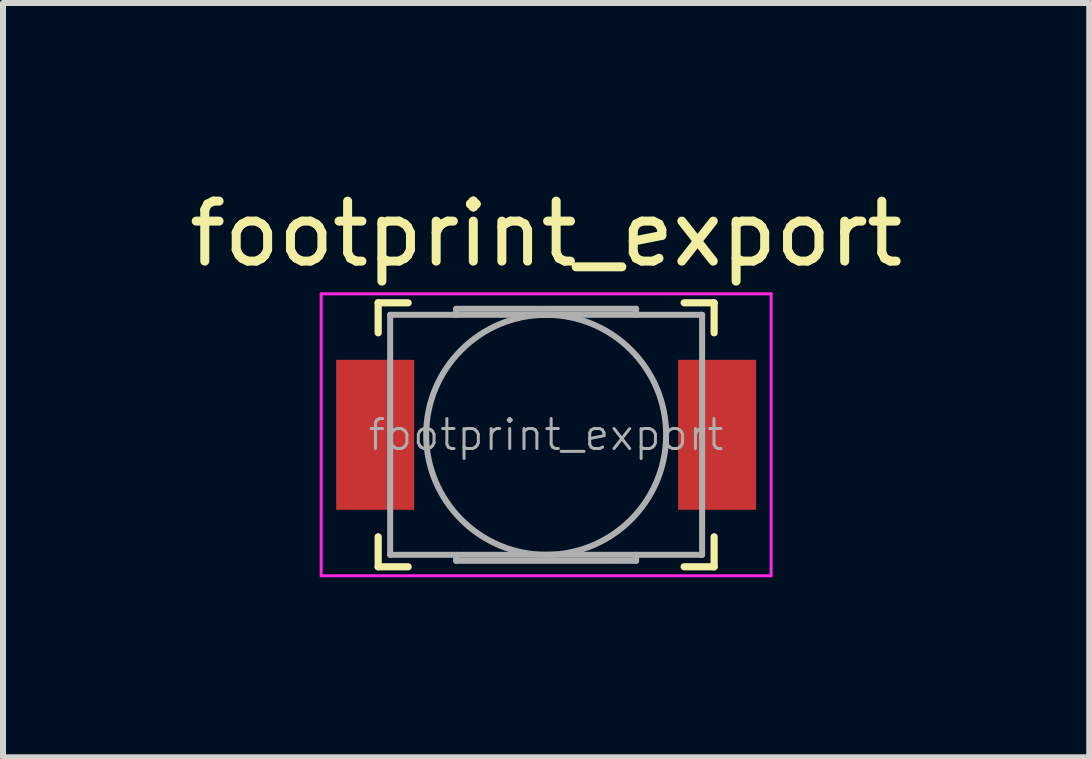
<source format=kicad_pcb>
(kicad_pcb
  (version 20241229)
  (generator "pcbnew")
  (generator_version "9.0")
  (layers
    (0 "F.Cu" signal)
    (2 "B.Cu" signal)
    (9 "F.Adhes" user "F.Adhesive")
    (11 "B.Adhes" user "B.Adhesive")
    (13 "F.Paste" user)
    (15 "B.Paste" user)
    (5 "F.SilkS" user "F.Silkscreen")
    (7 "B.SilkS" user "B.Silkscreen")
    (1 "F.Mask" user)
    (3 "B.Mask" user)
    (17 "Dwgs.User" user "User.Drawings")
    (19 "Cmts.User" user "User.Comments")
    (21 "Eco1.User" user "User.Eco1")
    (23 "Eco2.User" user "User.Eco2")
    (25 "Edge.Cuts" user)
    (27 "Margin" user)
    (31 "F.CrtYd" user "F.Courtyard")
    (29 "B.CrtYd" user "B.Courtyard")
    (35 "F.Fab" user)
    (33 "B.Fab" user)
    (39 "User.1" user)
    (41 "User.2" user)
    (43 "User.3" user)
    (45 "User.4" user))
  (footprint "footprint_export"
    (layer "F.Cu")
    (at 6.054 4.198)
    (property "Reference" "footprint_export" (at 0 -3.35 0) (layer "F.SilkS") (effects (font (size 1 1) (thickness 0.15))))
    (attr smd)
    (fp_line (start -2.8 -2.2) (end -2.8 -1.7) (stroke (width 0.12) (type solid)) (layer "F.SilkS"))
    (fp_line (start -2.8 -2.2) (end -2.3 -2.2) (stroke (width 0.12) (type solid)) (layer "F.SilkS"))
    (fp_line (start -2.8 2.2) (end -2.8 1.7) (stroke (width 0.12) (type solid)) (layer "F.SilkS"))
    (fp_line (start -2.8 2.2) (end -2.3 2.2) (stroke (width 0.12) (type solid)) (layer "F.SilkS"))
    (fp_line (start 2.8 -2.2) (end 2.3 -2.2) (stroke (width 0.12) (type solid)) (layer "F.SilkS"))
    (fp_line (start 2.8 -2.2) (end 2.8 -1.7) (stroke (width 0.12) (type solid)) (layer "F.SilkS"))
    (fp_line (start 2.8 2.2) (end 2.3 2.2) (stroke (width 0.12) (type solid)) (layer "F.SilkS"))
    (fp_line (start 2.8 2.2) (end 2.8 1.7) (stroke (width 0.12) (type solid)) (layer "F.SilkS"))
    (fp_line (start -3.75 -2.35) (end -3.75 2.35) (stroke (width 0.05) (type solid)) (layer "F.CrtYd"))
    (fp_line (start -3.75 2.35) (end 3.75 2.35) (stroke (width 0.05) (type solid)) (layer "F.CrtYd"))
    (fp_line (start 3.75 -2.35) (end -3.75 -2.35) (stroke (width 0.05) (type solid)) (layer "F.CrtYd"))
    (fp_line (start 3.75 2.35) (end 3.75 -2.35) (stroke (width 0.05) (type solid)) (layer "F.CrtYd"))
    (fp_line (start -2.6 -2) (end -2.59 -2) (stroke (width 0.1) (type solid)) (layer "F.Fab"))
    (fp_line (start -2.6 -1.99) (end -2.6 -2) (stroke (width 0.1) (type solid)) (layer "F.Fab"))
    (fp_line (start -2.6 1.99) (end -2.6 -1.99) (stroke (width 0.1) (type solid)) (layer "F.Fab"))
    (fp_line (start -2.6 2) (end -2.6 1.99) (stroke (width 0.1) (type solid)) (layer "F.Fab"))
    (fp_line (start -2.59 -2) (end 2.59 -2) (stroke (width 0.1) (type solid)) (layer "F.Fab"))
    (fp_line (start -2.59 2) (end -2.6 2) (stroke (width 0.1) (type solid)) (layer "F.Fab"))
    (fp_line (start -1.5 -2.1) (end 1.5 -2.1) (stroke (width 0.1) (type solid)) (layer "F.Fab"))
    (fp_line (start -1.5 -2) (end -1.5 -2.1) (stroke (width 0.1) (type solid)) (layer "F.Fab"))
    (fp_line (start -1.5 2) (end -1.5 2.1) (stroke (width 0.1) (type solid)) (layer "F.Fab"))
    (fp_line (start -1.5 2.1) (end 1.5 2.1) (stroke (width 0.1) (type solid)) (layer "F.Fab"))
    (fp_line (start 1.5 -2.1) (end 1.5 -2) (stroke (width 0.1) (type solid)) (layer "F.Fab"))
    (fp_line (start 1.5 2.1) (end 1.5 2) (stroke (width 0.1) (type solid)) (layer "F.Fab"))
    (fp_line (start 2.59 -2) (end 2.6 -2) (stroke (width 0.1) (type solid)) (layer "F.Fab"))
    (fp_line (start 2.59 2) (end -2.59 2) (stroke (width 0.1) (type solid)) (layer "F.Fab"))
    (fp_line (start 2.6 -2) (end 2.6 -1.99) (stroke (width 0.1) (type solid)) (layer "F.Fab"))
    (fp_line (start 2.6 -1.99) (end 2.6 1.99) (stroke (width 0.1) (type solid)) (layer "F.Fab"))
    (fp_line (start 2.6 1.99) (end 2.6 2) (stroke (width 0.1) (type solid)) (layer "F.Fab"))
    (fp_line (start 2.6 2) (end 2.59 2) (stroke (width 0.1) (type solid)) (layer "F.Fab"))
    (fp_circle (center 0 0) (end 2 0) (stroke (width 0.1) (type solid)) (fill no) (layer "F.Fab"))
    (fp_text user "${REFERENCE}" (at 0 0 0) (layer "F.Fab") (effects (font (size 0.5 0.5) (thickness 0.05))))
    (pad "1" smd rect (at -2.85 0) (size 1.3 2.5) (layers "F.Cu" "F.Mask" "F.Paste"))
    (pad "2" smd rect (at 2.85 0) (size 1.3 2.5) (layers "F.Cu" "F.Mask" "F.Paste")))
  (gr_rect
    (start -3 -3)
    (end 15.107 9.573)
    (stroke (width 0.1) (type default))
    (fill no)
    (layer "Edge.Cuts")))
</source>
